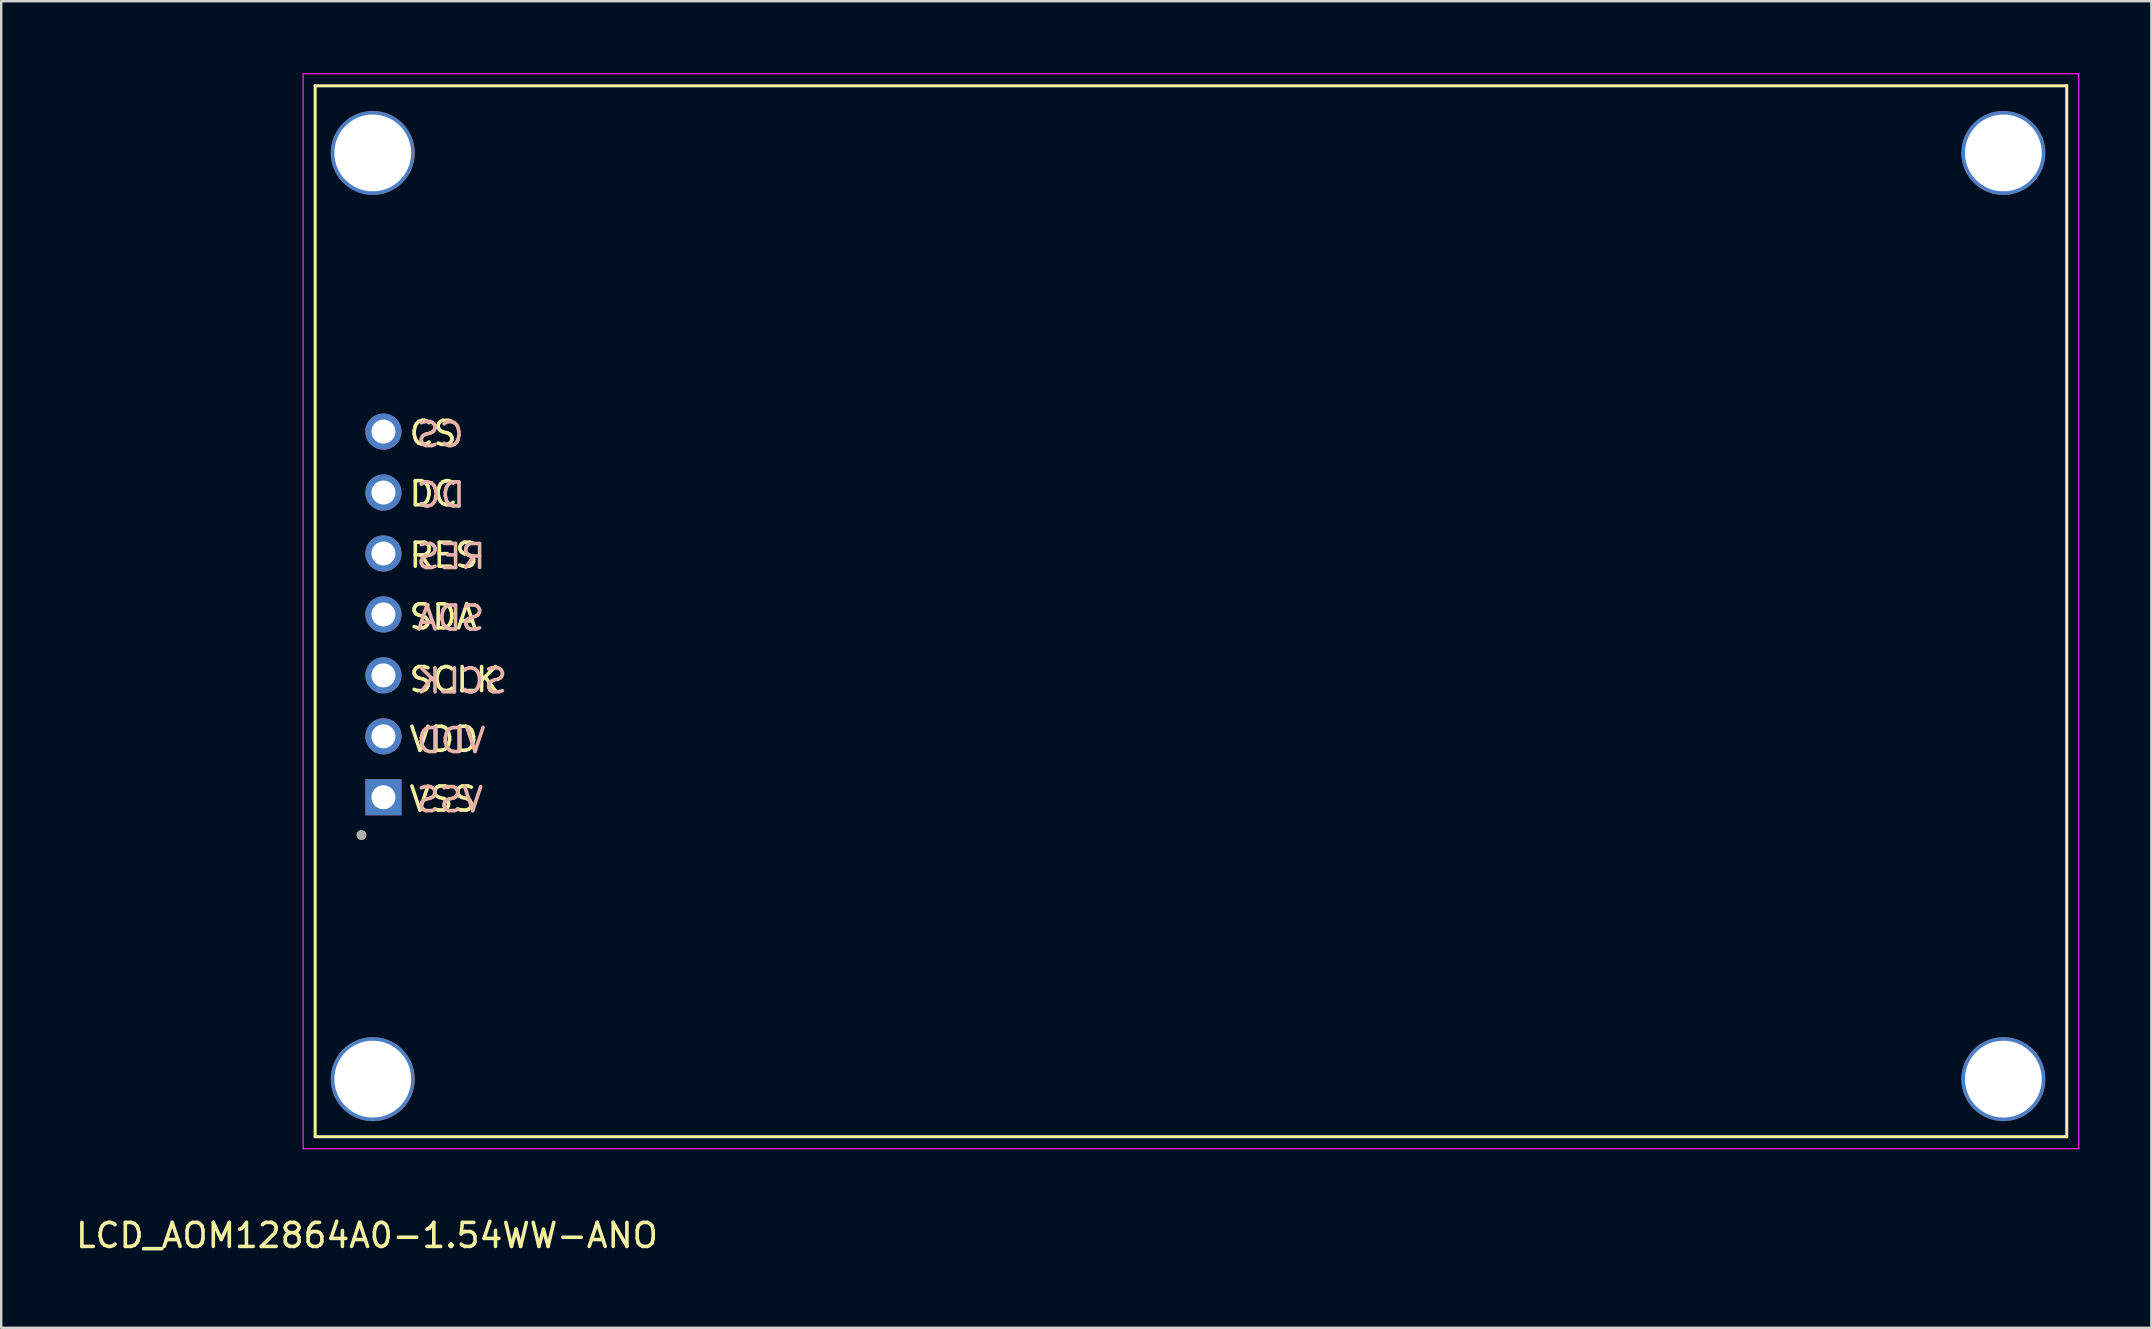
<source format=kicad_pcb>
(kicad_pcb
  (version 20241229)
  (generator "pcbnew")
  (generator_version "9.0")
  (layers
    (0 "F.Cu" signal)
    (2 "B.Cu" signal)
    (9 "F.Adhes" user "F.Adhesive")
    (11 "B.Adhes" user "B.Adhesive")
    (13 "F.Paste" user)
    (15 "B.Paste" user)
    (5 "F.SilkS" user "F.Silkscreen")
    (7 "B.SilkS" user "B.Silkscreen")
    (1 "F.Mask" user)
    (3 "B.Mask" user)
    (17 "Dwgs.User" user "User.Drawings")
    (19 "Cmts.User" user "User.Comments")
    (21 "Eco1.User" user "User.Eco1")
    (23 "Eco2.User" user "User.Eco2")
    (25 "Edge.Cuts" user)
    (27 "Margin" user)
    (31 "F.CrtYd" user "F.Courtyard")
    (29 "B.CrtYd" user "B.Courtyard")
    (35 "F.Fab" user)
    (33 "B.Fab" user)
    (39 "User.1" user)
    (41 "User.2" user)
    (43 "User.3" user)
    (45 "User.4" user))
  (footprint "LCD_AOM12864A0-1.54WW-ANO"
    (layer "F.Cu")
    (at 10.085 44.325)
    (property "Reference" "LCD_AOM12864A0-1.54WW-ANO" (at 2.159 4.115 0) (layer "F.SilkS") (effects (font (size 1 1) (thickness 0.15))))
    (attr through_hole)
    (fp_line (start 0 -43.8) (end 0 0) (stroke (width 0.127) (type solid)) (layer "F.SilkS"))
    (fp_line (start 73 -43.8) (end 0 -43.8) (stroke (width 0.127) (type solid)) (layer "F.SilkS"))
    (fp_line (start 73 0) (end 0 0) (stroke (width 0.127) (type solid)) (layer "F.SilkS"))
    (fp_line (start 73 -43.8) (end 73 0) (stroke (width 0.127) (type solid)) (layer "F.SilkS"))
    (fp_circle (center 1.93 -12.573) (end 2.03 -12.573) (stroke (width 0.2) (type solid)) (fill no) (layer "F.SilkS"))
    (fp_line (start -0.5 -44.3) (end -0.5 0.5) (stroke (width 0.05) (type solid)) (layer "F.CrtYd"))
    (fp_line (start -0.5 0.5) (end 73.5 0.5) (stroke (width 0.05) (type solid)) (layer "F.CrtYd"))
    (fp_line (start 73.5 -44.3) (end -0.5 -44.3) (stroke (width 0.05) (type solid)) (layer "F.CrtYd"))
    (fp_line (start 73.5 0.5) (end 73.5 -44.3) (stroke (width 0.05) (type solid)) (layer "F.CrtYd"))
    (fp_circle (center 1.93 -12.573) (end 2.03 -12.573) (stroke (width 0.2) (type solid)) (fill no) (layer "F.Fab"))
    (fp_text user "RES" (at 5.364 -24.232 0) (layer "F.SilkS") (effects (font (size 1 1) (thickness 0.15))))
    (fp_text user "VSS" (at 5.317 -14.072 0) (layer "F.SilkS") (effects (font (size 1 1) (thickness 0.15))))
    (fp_text user "SCLK" (at 5.817 -19.05 0) (layer "F.SilkS") (effects (font (size 1 1) (thickness 0.15))))
    (fp_text user "VDD" (at 5.364 -16.561 0) (layer "F.SilkS") (effects (font (size 1 1) (thickness 0.15))))
    (fp_text user "SDA" (at 5.34 -21.666 0) (layer "F.SilkS") (effects (font (size 1 1) (thickness 0.15))))
    (fp_text user "DC" (at 4.936 -26.797 0) (layer "F.SilkS") (effects (font (size 1 1) (thickness 0.15))))
    (fp_text user "CS" (at 4.912 -29.312 0) (layer "F.SilkS") (effects (font (size 1 1) (thickness 0.15))))
    (fp_text user "VSS" (at 5.613 -14.046 0) (layer "B.SilkS") (effects (font (size 1 1) (thickness 0.15)) (justify mirror)))
    (fp_text user "RES" (at 5.661 -24.181 0) (layer "B.SilkS") (effects (font (size 1 1) (thickness 0.15)) (justify mirror)))
    (fp_text user "SCLK" (at 6.113 -18.999 0) (layer "B.SilkS") (effects (font (size 1 1) (thickness 0.15)) (justify mirror)))
    (fp_text user "DC" (at 5.232 -26.746 0) (layer "B.SilkS") (effects (font (size 1 1) (thickness 0.15)) (justify mirror)))
    (fp_text user "SDA" (at 5.637 -21.615 0) (layer "B.SilkS") (effects (font (size 1 1) (thickness 0.15)) (justify mirror)))
    (fp_text user "VDD" (at 5.661 -16.51 0) (layer "B.SilkS") (effects (font (size 1 1) (thickness 0.15)) (justify mirror)))
    (fp_text user "CS" (at 5.209 -29.261 0) (layer "B.SilkS") (effects (font (size 1 1) (thickness 0.15)) (justify mirror)))
    (pad "" thru_hole circle (at 2.4 -41) (size 3.5 3.5) (drill 3.2) (layers "*.Cu" "*.Mask"))
    (pad "" thru_hole circle (at 2.4 -2.4) (size 3.5 3.5) (drill 3.2) (layers "*.Cu" "*.Mask"))
    (pad "" thru_hole circle (at 70.358 -41) (size 3.5 3.5) (drill 3.2) (layers "*.Cu" "*.Mask"))
    (pad "" thru_hole circle (at 70.358 -2.4) (size 3.5 3.5) (drill 3.2) (layers "*.Cu" "*.Mask"))
    (pad "1" thru_hole rect (at 2.845 -14.148 90) (size 1.508 1.508) (drill 1) (layers "*.Cu" "*.Mask"))
    (pad "2" thru_hole circle (at 2.845 -16.688 90) (size 1.508 1.508) (drill 1) (layers "*.Cu" "*.Mask"))
    (pad "3" thru_hole circle (at 2.845 -19.228 90) (size 1.508 1.508) (drill 1) (layers "*.Cu" "*.Mask"))
    (pad "4" thru_hole circle (at 2.845 -21.768 90) (size 1.508 1.508) (drill 1) (layers "*.Cu" "*.Mask"))
    (pad "5" thru_hole circle (at 2.845 -24.308 90) (size 1.508 1.508) (drill 1) (layers "*.Cu" "*.Mask"))
    (pad "6" thru_hole circle (at 2.845 -26.848 90) (size 1.508 1.508) (drill 1) (layers "*.Cu" "*.Mask"))
    (pad "7" thru_hole circle (at 2.845 -29.388 90) (size 1.508 1.508) (drill 1) (layers "*.Cu" "*.Mask")))
  (gr_rect
    (start -3 -3)
    (end 86.61 52.288)
    (stroke (width 0.1) (type default))
    (fill no)
    (layer "Edge.Cuts")))
</source>
